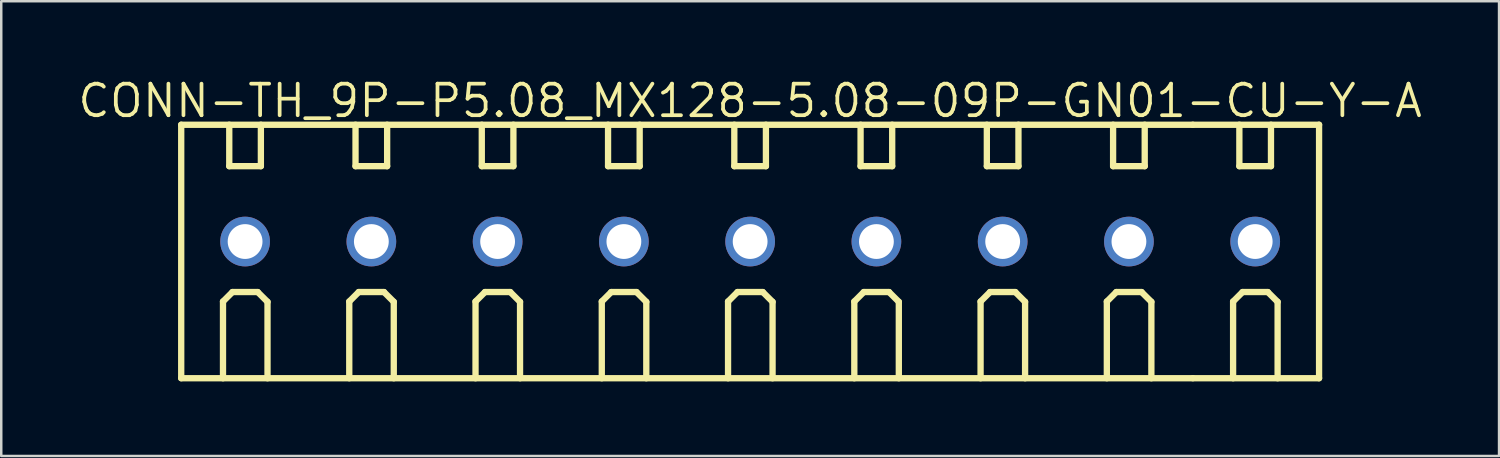
<source format=kicad_pcb>
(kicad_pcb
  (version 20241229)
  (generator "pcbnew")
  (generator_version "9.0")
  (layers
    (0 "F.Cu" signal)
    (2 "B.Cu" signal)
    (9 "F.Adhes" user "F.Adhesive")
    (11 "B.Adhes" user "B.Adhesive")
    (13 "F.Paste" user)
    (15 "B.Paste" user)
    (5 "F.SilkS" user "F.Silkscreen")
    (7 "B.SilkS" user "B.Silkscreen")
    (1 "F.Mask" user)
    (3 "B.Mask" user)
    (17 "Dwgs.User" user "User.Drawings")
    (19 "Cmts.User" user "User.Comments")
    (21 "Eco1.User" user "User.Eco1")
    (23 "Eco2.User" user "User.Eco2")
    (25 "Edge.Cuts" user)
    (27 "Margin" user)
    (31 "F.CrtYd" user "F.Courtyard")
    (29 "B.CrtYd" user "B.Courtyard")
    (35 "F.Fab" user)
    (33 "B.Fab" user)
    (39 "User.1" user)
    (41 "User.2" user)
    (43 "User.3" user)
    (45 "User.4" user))
  (footprint "CONN-TH_9P-P5.08_MX128-5.08-09P-GN01-CU-Y-A"
    (layer "F.Cu")
    (at 27.131 6.668)
    (property "Reference" "CONN-TH_9P-P5.08_MX128-5.08-09P-GN01-CU-Y-A" (at -0.0003 -5.662 0) (layer "F.SilkS") (effects (font (size 1.27 1.27) (thickness 0.15))))
    (fp_line (start -22.89 -4.699) (end -22.89 5.499) (stroke (width 0.254) (type default)) (layer "F.SilkS"))
    (fp_line (start -22.89 5.499) (end 17.811 5.499) (stroke (width 0.254) (type default)) (layer "F.SilkS"))
    (fp_line (start -21.209 2.413) (end -21.209 5.5) (stroke (width 0.254) (type default)) (layer "F.SilkS"))
    (fp_line (start -21.209 2.413) (end -20.828 2.032) (stroke (width 0.254) (type default)) (layer "F.SilkS"))
    (fp_line (start -20.957 -3.032) (end -20.957 -4.7) (stroke (width 0.254) (type default)) (layer "F.SilkS"))
    (fp_line (start -20.957 -3.032) (end -19.685 -3.032) (stroke (width 0.254) (type default)) (layer "F.SilkS"))
    (fp_line (start -20.828 2.032) (end -19.812 2.032) (stroke (width 0.254) (type default)) (layer "F.SilkS"))
    (fp_line (start -19.812 2.032) (end -19.418 2.426) (stroke (width 0.254) (type default)) (layer "F.SilkS"))
    (fp_line (start -19.685 -3.032) (end -19.685 -4.7) (stroke (width 0.254) (type default)) (layer "F.SilkS"))
    (fp_line (start -19.418 2.426) (end -19.418 5.5) (stroke (width 0.254) (type default)) (layer "F.SilkS"))
    (fp_line (start -16.129 2.413) (end -16.129 5.5) (stroke (width 0.254) (type default)) (layer "F.SilkS"))
    (fp_line (start -16.129 2.413) (end -15.748 2.032) (stroke (width 0.254) (type default)) (layer "F.SilkS"))
    (fp_line (start -15.877 -3.032) (end -15.877 -4.7) (stroke (width 0.254) (type default)) (layer "F.SilkS"))
    (fp_line (start -15.877 -3.032) (end -14.605 -3.032) (stroke (width 0.254) (type default)) (layer "F.SilkS"))
    (fp_line (start -15.748 2.032) (end -14.732 2.032) (stroke (width 0.254) (type default)) (layer "F.SilkS"))
    (fp_line (start -14.732 2.032) (end -14.338 2.426) (stroke (width 0.254) (type default)) (layer "F.SilkS"))
    (fp_line (start -14.605 -3.032) (end -14.605 -4.7) (stroke (width 0.254) (type default)) (layer "F.SilkS"))
    (fp_line (start -14.338 2.426) (end -14.338 5.5) (stroke (width 0.254) (type default)) (layer "F.SilkS"))
    (fp_line (start -11.049 2.413) (end -11.049 5.5) (stroke (width 0.254) (type default)) (layer "F.SilkS"))
    (fp_line (start -11.049 2.413) (end -10.668 2.032) (stroke (width 0.254) (type default)) (layer "F.SilkS"))
    (fp_line (start -10.797 -3.032) (end -10.797 -4.7) (stroke (width 0.254) (type default)) (layer "F.SilkS"))
    (fp_line (start -10.797 -3.032) (end -9.525 -3.032) (stroke (width 0.254) (type default)) (layer "F.SilkS"))
    (fp_line (start -10.668 2.032) (end -9.652 2.032) (stroke (width 0.254) (type default)) (layer "F.SilkS"))
    (fp_line (start -9.652 2.032) (end -9.258 2.426) (stroke (width 0.254) (type default)) (layer "F.SilkS"))
    (fp_line (start -9.525 -3.032) (end -9.525 -4.7) (stroke (width 0.254) (type default)) (layer "F.SilkS"))
    (fp_line (start -9.258 2.426) (end -9.258 5.5) (stroke (width 0.254) (type default)) (layer "F.SilkS"))
    (fp_line (start -5.969 2.413) (end -5.969 5.5) (stroke (width 0.254) (type default)) (layer "F.SilkS"))
    (fp_line (start -5.969 2.413) (end -5.588 2.032) (stroke (width 0.254) (type default)) (layer "F.SilkS"))
    (fp_line (start -5.717 -3.032) (end -5.717 -4.7) (stroke (width 0.254) (type default)) (layer "F.SilkS"))
    (fp_line (start -5.717 -3.032) (end -4.445 -3.032) (stroke (width 0.254) (type default)) (layer "F.SilkS"))
    (fp_line (start -5.588 2.032) (end -4.572 2.032) (stroke (width 0.254) (type default)) (layer "F.SilkS"))
    (fp_line (start -4.572 2.032) (end -4.178 2.427) (stroke (width 0.254) (type default)) (layer "F.SilkS"))
    (fp_line (start -4.445 -3.032) (end -4.445 -4.7) (stroke (width 0.254) (type default)) (layer "F.SilkS"))
    (fp_line (start -4.178 2.427) (end -4.178 5.5) (stroke (width 0.254) (type default)) (layer "F.SilkS"))
    (fp_line (start -0.889 2.413) (end -0.889 5.5) (stroke (width 0.254) (type default)) (layer "F.SilkS"))
    (fp_line (start -0.889 2.413) (end -0.508 2.032) (stroke (width 0.254) (type default)) (layer "F.SilkS"))
    (fp_line (start -0.637 -3.032) (end -0.637 -4.7) (stroke (width 0.254) (type default)) (layer "F.SilkS"))
    (fp_line (start -0.637 -3.032) (end 0.635 -3.032) (stroke (width 0.254) (type default)) (layer "F.SilkS"))
    (fp_line (start -0.508 2.032) (end 0.508 2.032) (stroke (width 0.254) (type default)) (layer "F.SilkS"))
    (fp_line (start 0.508 2.032) (end 0.902 2.426) (stroke (width 0.254) (type default)) (layer "F.SilkS"))
    (fp_line (start 0.635 -3.032) (end 0.635 -4.7) (stroke (width 0.254) (type default)) (layer "F.SilkS"))
    (fp_line (start 0.902 2.426) (end 0.902 5.5) (stroke (width 0.254) (type default)) (layer "F.SilkS"))
    (fp_line (start 4.191 2.413) (end 4.191 5.5) (stroke (width 0.254) (type default)) (layer "F.SilkS"))
    (fp_line (start 4.191 2.413) (end 4.572 2.032) (stroke (width 0.254) (type default)) (layer "F.SilkS"))
    (fp_line (start 4.443 -3.032) (end 4.443 -4.7) (stroke (width 0.254) (type default)) (layer "F.SilkS"))
    (fp_line (start 4.443 -3.032) (end 5.715 -3.032) (stroke (width 0.254) (type default)) (layer "F.SilkS"))
    (fp_line (start 4.572 2.032) (end 5.588 2.032) (stroke (width 0.254) (type default)) (layer "F.SilkS"))
    (fp_line (start 5.588 2.032) (end 5.982 2.426) (stroke (width 0.254) (type default)) (layer "F.SilkS"))
    (fp_line (start 5.715 -3.032) (end 5.715 -4.7) (stroke (width 0.254) (type default)) (layer "F.SilkS"))
    (fp_line (start 5.982 2.426) (end 5.982 5.5) (stroke (width 0.254) (type default)) (layer "F.SilkS"))
    (fp_line (start 9.271 2.413) (end 9.271 5.5) (stroke (width 0.254) (type default)) (layer "F.SilkS"))
    (fp_line (start 9.271 2.413) (end 9.652 2.032) (stroke (width 0.254) (type default)) (layer "F.SilkS"))
    (fp_line (start 9.523 -3.032) (end 9.523 -4.7) (stroke (width 0.254) (type default)) (layer "F.SilkS"))
    (fp_line (start 9.523 -3.032) (end 10.795 -3.032) (stroke (width 0.254) (type default)) (layer "F.SilkS"))
    (fp_line (start 9.652 2.032) (end 10.668 2.032) (stroke (width 0.254) (type default)) (layer "F.SilkS"))
    (fp_line (start 10.668 2.032) (end 11.062 2.426) (stroke (width 0.254) (type default)) (layer "F.SilkS"))
    (fp_line (start 10.795 -3.032) (end 10.795 -4.7) (stroke (width 0.254) (type default)) (layer "F.SilkS"))
    (fp_line (start 11.062 2.426) (end 11.062 5.5) (stroke (width 0.254) (type default)) (layer "F.SilkS"))
    (fp_line (start 14.351 2.413) (end 14.351 5.5) (stroke (width 0.254) (type default)) (layer "F.SilkS"))
    (fp_line (start 14.351 2.413) (end 14.732 2.032) (stroke (width 0.254) (type default)) (layer "F.SilkS"))
    (fp_line (start 14.603 -3.032) (end 14.603 -4.7) (stroke (width 0.254) (type default)) (layer "F.SilkS"))
    (fp_line (start 14.603 -3.032) (end 15.875 -3.032) (stroke (width 0.254) (type default)) (layer "F.SilkS"))
    (fp_line (start 14.732 2.032) (end 15.748 2.032) (stroke (width 0.254) (type default)) (layer "F.SilkS"))
    (fp_line (start 15.748 2.032) (end 16.143 2.426) (stroke (width 0.254) (type default)) (layer "F.SilkS"))
    (fp_line (start 15.875 -3.032) (end 15.875 -4.7) (stroke (width 0.254) (type default)) (layer "F.SilkS"))
    (fp_line (start 16.143 2.426) (end 16.143 5.5) (stroke (width 0.254) (type default)) (layer "F.SilkS"))
    (fp_line (start 17.811 5.499) (end 22.89 5.499) (stroke (width 0.254) (type default)) (layer "F.SilkS"))
    (fp_line (start 17.811 -4.699) (end -22.89 -4.699) (stroke (width 0.254) (type default)) (layer "F.SilkS"))
    (fp_line (start 17.811 -4.699) (end 22.89 -4.699) (stroke (width 0.254) (type default)) (layer "F.SilkS"))
    (fp_line (start 19.431 2.413) (end 19.431 5.5) (stroke (width 0.254) (type default)) (layer "F.SilkS"))
    (fp_line (start 19.431 2.413) (end 19.812 2.032) (stroke (width 0.254) (type default)) (layer "F.SilkS"))
    (fp_line (start 19.683 -3.032) (end 19.683 -4.7) (stroke (width 0.254) (type default)) (layer "F.SilkS"))
    (fp_line (start 19.683 -3.032) (end 20.955 -3.032) (stroke (width 0.254) (type default)) (layer "F.SilkS"))
    (fp_line (start 19.812 2.032) (end 20.828 2.032) (stroke (width 0.254) (type default)) (layer "F.SilkS"))
    (fp_line (start 20.828 2.032) (end 21.222 2.426) (stroke (width 0.254) (type default)) (layer "F.SilkS"))
    (fp_line (start 20.955 -3.032) (end 20.955 -4.7) (stroke (width 0.254) (type default)) (layer "F.SilkS"))
    (fp_line (start 21.222 2.426) (end 21.222 5.5) (stroke (width 0.254) (type default)) (layer "F.SilkS"))
    (fp_line (start 22.89 5.5) (end 22.89 -4.7) (stroke (width 0.254) (type default)) (layer "F.SilkS"))
    (fp_circle (center -22.86 5.5) (end -22.83 5.5) (stroke (width 0.06) (type default)) (fill no) (layer "User.5"))
    (pad "1" thru_hole oval (at -20.32 0) (size 2 2) (drill 1.4) (layers "*.Cu" "*.Mask"))
    (pad "2" thru_hole oval (at -15.24 0) (size 2 2) (drill 1.4) (layers "*.Cu" "*.Mask"))
    (pad "3" thru_hole oval (at -10.16 0) (size 2 2) (drill 1.4) (layers "*.Cu" "*.Mask"))
    (pad "4" thru_hole oval (at -5.08 0) (size 2 2) (drill 1.4) (layers "*.Cu" "*.Mask"))
    (pad "5" thru_hole oval (at 0 0) (size 2 2) (drill 1.4) (layers "*.Cu" "*.Mask"))
    (pad "6" thru_hole oval (at 5.08 0) (size 2 2) (drill 1.4) (layers "*.Cu" "*.Mask"))
    (pad "7" thru_hole oval (at 10.16 0) (size 2 2) (drill 1.4) (layers "*.Cu" "*.Mask"))
    (pad "8" thru_hole oval (at 15.24 0) (size 2 2) (drill 1.4) (layers "*.Cu" "*.Mask"))
    (pad "9" thru_hole oval (at 20.32 0) (size 2 2) (drill 1.4) (layers "*.Cu" "*.Mask"))
    (zone (net_name "") (layer "F.SilkS") (hatch edge 0.5) (priority 100) (connect_pads yes) (min_thickness 0) (filled_areas_thickness no) (fill yes) (polygon (pts (xy 6.43 11.613) (xy 7.192 11.613) (xy 6.811 10.978))) (filled_polygon (layer "F.SilkS") (island) (pts (xy 6.43 11.613) (xy 7.192 11.613) (xy 6.811 10.978))))
    (zone (net_name "") (layer "F.SilkS") (hatch edge 0.5) (priority 100) (connect_pads yes) (min_thickness 0) (filled_areas_thickness no) (fill yes) (polygon (pts (xy 11.51 11.613) (xy 12.272 11.613) (xy 11.891 10.978))) (filled_polygon (layer "F.SilkS") (island) (pts (xy 11.51 11.613) (xy 12.272 11.613) (xy 11.891 10.978))))
    (zone (net_name "") (layer "F.SilkS") (hatch edge 0.5) (priority 100) (connect_pads yes) (min_thickness 0) (filled_areas_thickness no) (fill yes) (polygon (pts (xy 16.59 11.613) (xy 17.352 11.613) (xy 16.971 10.978))) (filled_polygon (layer "F.SilkS") (island) (pts (xy 16.59 11.613) (xy 17.352 11.613) (xy 16.971 10.978))))
    (zone (net_name "") (layer "F.SilkS") (hatch edge 0.5) (priority 100) (connect_pads yes) (min_thickness 0) (filled_areas_thickness no) (fill yes) (polygon (pts (xy 21.67 11.613) (xy 22.432 11.613) (xy 22.051 10.978))) (filled_polygon (layer "F.SilkS") (island) (pts (xy 21.67 11.613) (xy 22.432 11.613) (xy 22.051 10.978))))
    (zone (net_name "") (layer "F.SilkS") (hatch edge 0.5) (priority 100) (connect_pads yes) (min_thickness 0) (filled_areas_thickness no) (fill yes) (polygon (pts (xy 26.75 11.613) (xy 27.512 11.613) (xy 27.131 10.978))) (filled_polygon (layer "F.SilkS") (island) (pts (xy 26.75 11.613) (xy 27.512 11.613) (xy 27.131 10.978))))
    (zone (net_name "") (layer "F.SilkS") (hatch edge 0.5) (priority 100) (connect_pads yes) (min_thickness 0) (filled_areas_thickness no) (fill yes) (polygon (pts (xy 31.83 11.613) (xy 32.592 11.613) (xy 32.211 10.978))) (filled_polygon (layer "F.SilkS") (island) (pts (xy 31.83 11.613) (xy 32.592 11.613) (xy 32.211 10.978))))
    (zone (net_name "") (layer "F.SilkS") (hatch edge 0.5) (priority 100) (connect_pads yes) (min_thickness 0) (filled_areas_thickness no) (fill yes) (polygon (pts (xy 36.91 11.613) (xy 37.672 11.613) (xy 37.291 10.978))) (filled_polygon (layer "F.SilkS") (island) (pts (xy 36.91 11.613) (xy 37.672 11.613) (xy 37.291 10.978))))
    (zone (net_name "") (layer "F.SilkS") (hatch edge 0.5) (priority 100) (connect_pads yes) (min_thickness 0) (filled_areas_thickness no) (fill yes) (polygon (pts (xy 41.991 11.613) (xy 42.752 11.613) (xy 42.371 10.978))) (filled_polygon (layer "F.SilkS") (island) (pts (xy 41.991 11.613) (xy 42.752 11.613) (xy 42.371 10.978))))
    (zone (net_name "") (layer "F.SilkS") (hatch edge 0.5) (priority 100) (connect_pads yes) (min_thickness 0) (filled_areas_thickness no) (fill yes) (polygon (pts (xy 47.07 11.613) (xy 47.832 11.613) (xy 47.451 10.978))) (filled_polygon (layer "F.SilkS") (island) (pts (xy 47.07 11.613) (xy 47.832 11.613) (xy 47.451 10.978))))
    (zone (net_name "") (layer "F.SilkS") (hatch edge 0.5) (priority 100) (connect_pads yes) (min_thickness 0) (filled_areas_thickness no) (fill yes) (polygon (pts (xy 6.684 11.613) (xy 6.684 11.994) (xy 6.938 11.994) (xy 6.938 11.613))) (filled_polygon (layer "F.SilkS") (island) (pts (xy 6.684 11.613) (xy 6.684 11.994) (xy 6.938 11.994) (xy 6.938 11.613))))
    (zone (net_name "") (layer "F.SilkS") (hatch edge 0.5) (priority 100) (connect_pads yes) (min_thickness 0) (filled_areas_thickness no) (fill yes) (polygon (pts (xy 11.764 11.613) (xy 11.764 11.994) (xy 12.018 11.994) (xy 12.018 11.613))) (filled_polygon (layer "F.SilkS") (island) (pts (xy 11.764 11.613) (xy 11.764 11.994) (xy 12.018 11.994) (xy 12.018 11.613))))
    (zone (net_name "") (layer "F.SilkS") (hatch edge 0.5) (priority 100) (connect_pads yes) (min_thickness 0) (filled_areas_thickness no) (fill yes) (polygon (pts (xy 16.844 11.613) (xy 16.844 11.994) (xy 17.098 11.994) (xy 17.098 11.613))) (filled_polygon (layer "F.SilkS") (island) (pts (xy 16.844 11.613) (xy 16.844 11.994) (xy 17.098 11.994) (xy 17.098 11.613))))
    (zone (net_name "") (layer "F.SilkS") (hatch edge 0.5) (priority 100) (connect_pads yes) (min_thickness 0) (filled_areas_thickness no) (fill yes) (polygon (pts (xy 21.924 11.613) (xy 21.924 11.994) (xy 22.178 11.994) (xy 22.178 11.613))) (filled_polygon (layer "F.SilkS") (island) (pts (xy 21.924 11.613) (xy 21.924 11.994) (xy 22.178 11.994) (xy 22.178 11.613))))
    (zone (net_name "") (layer "F.SilkS") (hatch edge 0.5) (priority 100) (connect_pads yes) (min_thickness 0) (filled_areas_thickness no) (fill yes) (polygon (pts (xy 27.004 11.613) (xy 27.004 11.994) (xy 27.258 11.994) (xy 27.258 11.613))) (filled_polygon (layer "F.SilkS") (island) (pts (xy 27.004 11.613) (xy 27.004 11.994) (xy 27.258 11.994) (xy 27.258 11.613))))
    (zone (net_name "") (layer "F.SilkS") (hatch edge 0.5) (priority 100) (connect_pads yes) (min_thickness 0) (filled_areas_thickness no) (fill yes) (polygon (pts (xy 32.084 11.613) (xy 32.084 11.994) (xy 32.338 11.994) (xy 32.338 11.613))) (filled_polygon (layer "F.SilkS") (island) (pts (xy 32.084 11.613) (xy 32.084 11.994) (xy 32.338 11.994) (xy 32.338 11.613))))
    (zone (net_name "") (layer "F.SilkS") (hatch edge 0.5) (priority 100) (connect_pads yes) (min_thickness 0) (filled_areas_thickness no) (fill yes) (polygon (pts (xy 37.164 11.613) (xy 37.164 11.994) (xy 37.418 11.994) (xy 37.418 11.613))) (filled_polygon (layer "F.SilkS") (island) (pts (xy 37.164 11.613) (xy 37.164 11.994) (xy 37.418 11.994) (xy 37.418 11.613))))
    (zone (net_name "") (layer "F.SilkS") (hatch edge 0.5) (priority 100) (connect_pads yes) (min_thickness 0) (filled_areas_thickness no) (fill yes) (polygon (pts (xy 42.244 11.613) (xy 42.244 11.994) (xy 42.498 11.994) (xy 42.498 11.613))) (filled_polygon (layer "F.SilkS") (island) (pts (xy 42.244 11.613) (xy 42.244 11.994) (xy 42.498 11.994) (xy 42.498 11.613))))
    (zone (net_name "") (layer "F.SilkS") (hatch edge 0.5) (priority 100) (connect_pads yes) (min_thickness 0) (filled_areas_thickness no) (fill yes) (polygon (pts (xy 47.324 11.613) (xy 47.324 11.994) (xy 47.578 11.994) (xy 47.578 11.613))) (filled_polygon (layer "F.SilkS") (island) (pts (xy 47.324 11.613) (xy 47.324 11.994) (xy 47.578 11.994) (xy 47.578 11.613))))
    (zone (net_name "") (layer "Dwgs.User") (hatch edge 0.5) (priority 100) (connect_pads yes) (min_thickness 0) (filled_areas_thickness no) (fill yes) (polygon (pts (xy 6.43 11.613) (xy 7.192 11.613) (xy 6.811 10.978))) (filled_polygon (layer "Dwgs.User") (island) (pts (xy 6.43 11.613) (xy 7.192 11.613) (xy 6.811 10.978))))
    (zone (net_name "") (layer "Dwgs.User") (hatch edge 0.5) (priority 100) (connect_pads yes) (min_thickness 0) (filled_areas_thickness no) (fill yes) (polygon (pts (xy 11.51 11.613) (xy 12.272 11.613) (xy 11.891 10.978))) (filled_polygon (layer "Dwgs.User") (island) (pts (xy 11.51 11.613) (xy 12.272 11.613) (xy 11.891 10.978))))
    (zone (net_name "") (layer "Dwgs.User") (hatch edge 0.5) (priority 100) (connect_pads yes) (min_thickness 0) (filled_areas_thickness no) (fill yes) (polygon (pts (xy 16.59 11.613) (xy 17.352 11.613) (xy 16.971 10.978))) (filled_polygon (layer "Dwgs.User") (island) (pts (xy 16.59 11.613) (xy 17.352 11.613) (xy 16.971 10.978))))
    (zone (net_name "") (layer "Dwgs.User") (hatch edge 0.5) (priority 100) (connect_pads yes) (min_thickness 0) (filled_areas_thickness no) (fill yes) (polygon (pts (xy 21.67 11.613) (xy 22.432 11.613) (xy 22.051 10.978))) (filled_polygon (layer "Dwgs.User") (island) (pts (xy 21.67 11.613) (xy 22.432 11.613) (xy 22.051 10.978))))
    (zone (net_name "") (layer "Dwgs.User") (hatch edge 0.5) (priority 100) (connect_pads yes) (min_thickness 0) (filled_areas_thickness no) (fill yes) (polygon (pts (xy 26.75 11.613) (xy 27.512 11.613) (xy 27.131 10.978))) (filled_polygon (layer "Dwgs.User") (island) (pts (xy 26.75 11.613) (xy 27.512 11.613) (xy 27.131 10.978))))
    (zone (net_name "") (layer "Dwgs.User") (hatch edge 0.5) (priority 100) (connect_pads yes) (min_thickness 0) (filled_areas_thickness no) (fill yes) (polygon (pts (xy 31.83 11.613) (xy 32.592 11.613) (xy 32.211 10.978))) (filled_polygon (layer "Dwgs.User") (island) (pts (xy 31.83 11.613) (xy 32.592 11.613) (xy 32.211 10.978))))
    (zone (net_name "") (layer "Dwgs.User") (hatch edge 0.5) (priority 100) (connect_pads yes) (min_thickness 0) (filled_areas_thickness no) (fill yes) (polygon (pts (xy 36.91 11.613) (xy 37.672 11.613) (xy 37.291 10.978))) (filled_polygon (layer "Dwgs.User") (island) (pts (xy 36.91 11.613) (xy 37.672 11.613) (xy 37.291 10.978))))
    (zone (net_name "") (layer "Dwgs.User") (hatch edge 0.5) (priority 100) (connect_pads yes) (min_thickness 0) (filled_areas_thickness no) (fill yes) (polygon (pts (xy 41.99 11.613) (xy 42.752 11.613) (xy 42.371 10.978))) (filled_polygon (layer "Dwgs.User") (island) (pts (xy 41.99 11.613) (xy 42.752 11.613) (xy 42.371 10.978))))
    (zone (net_name "") (layer "Dwgs.User") (hatch edge 0.5) (priority 100) (connect_pads yes) (min_thickness 0) (filled_areas_thickness no) (fill yes) (polygon (pts (xy 47.07 11.613) (xy 47.832 11.613) (xy 47.451 10.978))) (filled_polygon (layer "Dwgs.User") (island) (pts (xy 47.07 11.613) (xy 47.832 11.613) (xy 47.451 10.978))))
    (zone (net_name "") (layer "Dwgs.User") (hatch edge 0.5) (priority 100) (connect_pads yes) (min_thickness 0) (filled_areas_thickness no) (fill yes) (polygon (pts (xy 6.684 11.613) (xy 6.684 11.994) (xy 6.938 11.994) (xy 6.938 11.613))) (filled_polygon (layer "Dwgs.User") (island) (pts (xy 6.684 11.613) (xy 6.684 11.994) (xy 6.938 11.994) (xy 6.938 11.613))))
    (zone (net_name "") (layer "Dwgs.User") (hatch edge 0.5) (priority 100) (connect_pads yes) (min_thickness 0) (filled_areas_thickness no) (fill yes) (polygon (pts (xy 11.764 11.613) (xy 11.764 11.994) (xy 12.018 11.994) (xy 12.018 11.613))) (filled_polygon (layer "Dwgs.User") (island) (pts (xy 11.764 11.613) (xy 11.764 11.994) (xy 12.018 11.994) (xy 12.018 11.613))))
    (zone (net_name "") (layer "Dwgs.User") (hatch edge 0.5) (priority 100) (connect_pads yes) (min_thickness 0) (filled_areas_thickness no) (fill yes) (polygon (pts (xy 16.844 11.613) (xy 16.844 11.994) (xy 17.098 11.994) (xy 17.098 11.613))) (filled_polygon (layer "Dwgs.User") (island) (pts (xy 16.844 11.613) (xy 16.844 11.994) (xy 17.098 11.994) (xy 17.098 11.613))))
    (zone (net_name "") (layer "Dwgs.User") (hatch edge 0.5) (priority 100) (connect_pads yes) (min_thickness 0) (filled_areas_thickness no) (fill yes) (polygon (pts (xy 21.924 11.613) (xy 21.924 11.994) (xy 22.178 11.994) (xy 22.178 11.613))) (filled_polygon (layer "Dwgs.User") (island) (pts (xy 21.924 11.613) (xy 21.924 11.994) (xy 22.178 11.994) (xy 22.178 11.613))))
    (zone (net_name "") (layer "Dwgs.User") (hatch edge 0.5) (priority 100) (connect_pads yes) (min_thickness 0) (filled_areas_thickness no) (fill yes) (polygon (pts (xy 27.004 11.613) (xy 27.004 11.994) (xy 27.258 11.994) (xy 27.258 11.613))) (filled_polygon (layer "Dwgs.User") (island) (pts (xy 27.004 11.613) (xy 27.004 11.994) (xy 27.258 11.994) (xy 27.258 11.613))))
    (zone (net_name "") (layer "Dwgs.User") (hatch edge 0.5) (priority 100) (connect_pads yes) (min_thickness 0) (filled_areas_thickness no) (fill yes) (polygon (pts (xy 32.084 11.613) (xy 32.084 11.994) (xy 32.338 11.994) (xy 32.338 11.613))) (filled_polygon (layer "Dwgs.User") (island) (pts (xy 32.084 11.613) (xy 32.084 11.994) (xy 32.338 11.994) (xy 32.338 11.613))))
    (zone (net_name "") (layer "Dwgs.User") (hatch edge 0.5) (priority 100) (connect_pads yes) (min_thickness 0) (filled_areas_thickness no) (fill yes) (polygon (pts (xy 37.164 11.613) (xy 37.164 11.994) (xy 37.418 11.994) (xy 37.418 11.613))) (filled_polygon (layer "Dwgs.User") (island) (pts (xy 37.164 11.613) (xy 37.164 11.994) (xy 37.418 11.994) (xy 37.418 11.613))))
    (zone (net_name "") (layer "Dwgs.User") (hatch edge 0.5) (priority 100) (connect_pads yes) (min_thickness 0) (filled_areas_thickness no) (fill yes) (polygon (pts (xy 42.244 11.613) (xy 42.244 11.994) (xy 42.498 11.994) (xy 42.498 11.613))) (filled_polygon (layer "Dwgs.User") (island) (pts (xy 42.244 11.613) (xy 42.244 11.994) (xy 42.498 11.994) (xy 42.498 11.613))))
    (zone (net_name "") (layer "Dwgs.User") (hatch edge 0.5) (priority 100) (connect_pads yes) (min_thickness 0) (filled_areas_thickness no) (fill yes) (polygon (pts (xy 47.324 11.613) (xy 47.324 11.994) (xy 47.578 11.994) (xy 47.578 11.613))) (filled_polygon (layer "Dwgs.User") (island) (pts (xy 47.324 11.613) (xy 47.324 11.994) (xy 47.578 11.994) (xy 47.578 11.613))))
    (zone (net_name "") (layer "Dwgs.User") (hatch edge 0.5) (priority 100) (connect_pads yes) (min_thickness 0) (filled_areas_thickness no) (fill yes) (polygon (pts (arc (start 6.049458 12.1683) (mid 5.922458 12.2953) (end 5.795458 12.1683)) (arc (start 5.795458 9.0814) (mid 5.805125 9.032799) (end 5.832658 8.9916)) (arc (start 6.213558 8.6106) (mid 6.254805 8.583052) (end 6.303458 8.5734)) (arc (start 7.319458 8.5734) (mid 7.368059 8.583067) (end 7.409258 8.6106)) (arc (start 7.803458 9.0049) (mid 7.830987 9.046101) (end 7.840658 9.0947)) (arc (start 7.840658 12.1683) (mid 7.713658 12.2953) (end 7.586658 12.1683)) (xy 7.587 9.147) (xy 7.267 8.827) (xy 6.356 8.827) (xy 6.049 9.134))) (filled_polygon (layer "Dwgs.User") (island) (pts (arc (start 6.049458 12.1683) (mid 5.922458 12.2953) (end 5.795458 12.1683)) (arc (start 5.795458 9.0814) (mid 5.805125 9.032799) (end 5.832658 8.9916)) (arc (start 6.213558 8.6106) (mid 6.254805 8.583052) (end 6.303458 8.5734)) (arc (start 7.319458 8.5734) (mid 7.368059 8.583067) (end 7.409258 8.6106)) (arc (start 7.803458 9.0049) (mid 7.830987 9.046101) (end 7.840658 9.0947)) (arc (start 7.840658 12.1683) (mid 7.713658 12.2953) (end 7.586658 12.1683)) (xy 7.587 9.147) (xy 7.267 8.827) (xy 6.356 8.827) (xy 6.049 9.134))))
    (zone (net_name "") (layer "Dwgs.User") (hatch edge 0.5) (priority 100) (connect_pads yes) (min_thickness 0) (filled_areas_thickness no) (fill yes) (polygon (pts (arc (start 11.129458 12.1683) (mid 11.002458 12.2953) (end 10.875458 12.1683)) (arc (start 10.875458 9.0814) (mid 10.885125 9.032799) (end 10.912658 8.9916)) (arc (start 11.293658 8.6106) (mid 11.334859 8.583071) (end 11.383458 8.5734)) (arc (start 12.399458 8.5734) (mid 12.448059 8.583067) (end 12.489258 8.6106)) (arc (start 12.883458 9.0049) (mid 12.910987 9.046101) (end 12.920658 9.0947)) (arc (start 12.920658 12.1683) (mid 12.793658 12.2953) (end 12.666658 12.1683)) (xy 12.667 9.147) (xy 12.347 8.827) (xy 11.436 8.827) (xy 11.129 9.134))) (filled_polygon (layer "Dwgs.User") (island) (pts (arc (start 11.129458 12.1683) (mid 11.002458 12.2953) (end 10.875458 12.1683)) (arc (start 10.875458 9.0814) (mid 10.885125 9.032799) (end 10.912658 8.9916)) (arc (start 11.293658 8.6106) (mid 11.334859 8.583071) (end 11.383458 8.5734)) (arc (start 12.399458 8.5734) (mid 12.448059 8.583067) (end 12.489258 8.6106)) (arc (start 12.883458 9.0049) (mid 12.910987 9.046101) (end 12.920658 9.0947)) (arc (start 12.920658 12.1683) (mid 12.793658 12.2953) (end 12.666658 12.1683)) (xy 12.667 9.147) (xy 12.347 8.827) (xy 11.436 8.827) (xy 11.129 9.134))))
    (zone (net_name "") (layer "Dwgs.User") (hatch edge 0.5) (priority 100) (connect_pads yes) (min_thickness 0) (filled_areas_thickness no) (fill yes) (polygon (pts (arc (start 16.209458 12.1682) (mid 16.082458 12.2952) (end 15.955458 12.1682)) (arc (start 15.955458 9.0813) (mid 15.965125 9.032699) (end 15.992658 8.9915)) (arc (start 16.373558 8.6105) (mid 16.414759 8.582971) (end 16.463358 8.5733)) (arc (start 17.479358 8.5733) (mid 17.527959 8.582967) (end 17.569158 8.6105)) (arc (start 17.963458 9.0048) (mid 17.990966 9.046006) (end 18.000558 9.0946)) (arc (start 18.000558 12.1682) (mid 17.873558 12.2952) (end 17.746558 12.1682)) (xy 17.747 9.147) (xy 17.427 8.827) (xy 16.516 8.827) (xy 16.209 9.134))) (filled_polygon (layer "Dwgs.User") (island) (pts (arc (start 16.209458 12.1682) (mid 16.082458 12.2952) (end 15.955458 12.1682)) (arc (start 15.955458 9.0813) (mid 15.965125 9.032699) (end 15.992658 8.9915)) (arc (start 16.373558 8.6105) (mid 16.414759 8.582971) (end 16.463358 8.5733)) (arc (start 17.479358 8.5733) (mid 17.527959 8.582967) (end 17.569158 8.6105)) (arc (start 17.963458 9.0048) (mid 17.990966 9.046006) (end 18.000558 9.0946)) (arc (start 18.000558 12.1682) (mid 17.873558 12.2952) (end 17.746558 12.1682)) (xy 17.747 9.147) (xy 17.427 8.827) (xy 16.516 8.827) (xy 16.209 9.134))))
    (zone (net_name "") (layer "Dwgs.User") (hatch edge 0.5) (priority 100) (connect_pads yes) (min_thickness 0) (filled_areas_thickness no) (fill yes) (polygon (pts (arc (start 21.289458 12.1682) (mid 21.162458 12.2952) (end 21.035458 12.1682)) (arc (start 21.035458 9.0813) (mid 21.045112 9.032732) (end 21.072558 8.9915)) (arc (start 21.453458 8.6105) (mid 21.494653 8.582938) (end 21.543258 8.5733)) (arc (start 22.559258 8.5733) (mid 22.607913 8.582948) (end 22.649158 8.6105)) (arc (start 23.043358 9.0048) (mid 23.07092 9.045995) (end 23.080558 9.0946)) (arc (start 23.080558 12.1682) (mid 22.953558 12.2952) (end 22.826558 12.1682)) (xy 22.827 9.147) (xy 22.507 8.827) (xy 21.596 8.827) (xy 21.289 9.134))) (filled_polygon (layer "Dwgs.User") (island) (pts (arc (start 21.289458 12.1682) (mid 21.162458 12.2952) (end 21.035458 12.1682)) (arc (start 21.035458 9.0813) (mid 21.045112 9.032732) (end 21.072558 8.9915)) (arc (start 21.453458 8.6105) (mid 21.494653 8.582938) (end 21.543258 8.5733)) (arc (start 22.559258 8.5733) (mid 22.607913 8.582948) (end 22.649158 8.6105)) (arc (start 23.043358 9.0048) (mid 23.07092 9.045995) (end 23.080558 9.0946)) (arc (start 23.080558 12.1682) (mid 22.953558 12.2952) (end 22.826558 12.1682)) (xy 22.827 9.147) (xy 22.507 8.827) (xy 21.596 8.827) (xy 21.289 9.134))))
    (zone (net_name "") (layer "Dwgs.User") (hatch edge 0.5) (priority 100) (connect_pads yes) (min_thickness 0) (filled_areas_thickness no) (fill yes) (polygon (pts (arc (start 26.369358 12.1683) (mid 26.242358 12.2953) (end 26.115358 12.1683)) (arc (start 26.115358 9.0813) (mid 26.125044 9.032753) (end 26.152558 8.9916)) (arc (start 26.533458 8.6106) (mid 26.574647 8.583017) (end 26.623258 8.5733)) (arc (start 27.639258 8.5733) (mid 27.687891 8.582981) (end 27.729058 8.6106)) (arc (start 28.123358 9.0049) (mid 28.150868 9.046054) (end 28.160558 9.0946)) (arc (start 28.160558 12.1683) (mid 28.033558 12.2953) (end 27.906558 12.1683)) (xy 27.907 9.147) (xy 27.587 8.827) (xy 26.676 8.827) (xy 26.369 9.134))) (filled_polygon (layer "Dwgs.User") (island) (pts (arc (start 26.369358 12.1683) (mid 26.242358 12.2953) (end 26.115358 12.1683)) (arc (start 26.115358 9.0813) (mid 26.125044 9.032753) (end 26.152558 8.9916)) (arc (start 26.533458 8.6106) (mid 26.574647 8.583017) (end 26.623258 8.5733)) (arc (start 27.639258 8.5733) (mid 27.687891 8.582981) (end 27.729058 8.6106)) (arc (start 28.123358 9.0049) (mid 28.150868 9.046054) (end 28.160558 9.0946)) (arc (start 28.160558 12.1683) (mid 28.033558 12.2953) (end 27.906558 12.1683)) (xy 27.907 9.147) (xy 27.587 8.827) (xy 26.676 8.827) (xy 26.369 9.134))))
    (zone (net_name "") (layer "Dwgs.User") (hatch edge 0.5) (priority 100) (connect_pads yes) (min_thickness 0) (filled_areas_thickness no) (fill yes) (polygon (pts (arc (start 31.449358 12.1682) (mid 31.322358 12.2952) (end 31.195358 12.1682)) (arc (start 31.195358 9.0814) (mid 31.205025 9.032799) (end 31.232558 8.9916)) (arc (start 31.613558 8.6106) (mid 31.654759 8.583071) (end 31.703358 8.5734)) (arc (start 32.719358 8.5734) (mid 32.767959 8.583067) (end 32.809158 8.6106)) (arc (start 33.203358 9.0049) (mid 33.230887 9.046101) (end 33.240558 9.0947)) (arc (start 33.240558 12.1682) (mid 33.113558 12.2952) (end 32.986558 12.1682)) (xy 32.987 9.147) (xy 32.667 8.827) (xy 31.756 8.827) (xy 31.449 9.134))) (filled_polygon (layer "Dwgs.User") (island) (pts (arc (start 31.449358 12.1682) (mid 31.322358 12.2952) (end 31.195358 12.1682)) (arc (start 31.195358 9.0814) (mid 31.205025 9.032799) (end 31.232558 8.9916)) (arc (start 31.613558 8.6106) (mid 31.654759 8.583071) (end 31.703358 8.5734)) (arc (start 32.719358 8.5734) (mid 32.767959 8.583067) (end 32.809158 8.6106)) (arc (start 33.203358 9.0049) (mid 33.230887 9.046101) (end 33.240558 9.0947)) (arc (start 33.240558 12.1682) (mid 33.113558 12.2952) (end 32.986558 12.1682)) (xy 32.987 9.147) (xy 32.667 8.827) (xy 31.756 8.827) (xy 31.449 9.134))))
    (zone (net_name "") (layer "Dwgs.User") (hatch edge 0.5) (priority 100) (connect_pads yes) (min_thickness 0) (filled_areas_thickness no) (fill yes) (polygon (pts (arc (start 36.529358 12.1683) (mid 36.402358 12.2953) (end 36.275358 12.1683)) (arc (start 36.275358 9.0814) (mid 36.285025 9.032799) (end 36.312558 8.9916)) (arc (start 36.693458 8.6106) (mid 36.734699 8.583019) (end 36.783358 8.5734)) (arc (start 37.799358 8.5734) (mid 37.847905 8.583086) (end 37.889058 8.6106)) (arc (start 38.283358 9.0049) (mid 38.310847 9.04606) (end 38.320458 9.0946)) (arc (start 38.320458 12.1683) (mid 38.193458 12.2953) (end 38.066458 12.1683)) (xy 38.066 9.147) (xy 37.747 8.827) (xy 36.836 8.827) (xy 36.529 9.134))) (filled_polygon (layer "Dwgs.User") (island) (pts (arc (start 36.529358 12.1683) (mid 36.402358 12.2953) (end 36.275358 12.1683)) (arc (start 36.275358 9.0814) (mid 36.285025 9.032799) (end 36.312558 8.9916)) (arc (start 36.693458 8.6106) (mid 36.734699 8.583019) (end 36.783358 8.5734)) (arc (start 37.799358 8.5734) (mid 37.847905 8.583086) (end 37.889058 8.6106)) (arc (start 38.283358 9.0049) (mid 38.310847 9.04606) (end 38.320458 9.0946)) (arc (start 38.320458 12.1683) (mid 38.193458 12.2953) (end 38.066458 12.1683)) (xy 38.066 9.147) (xy 37.747 8.827) (xy 36.836 8.827) (xy 36.529 9.134))))
    (zone (net_name "") (layer "Dwgs.User") (hatch edge 0.5) (priority 100) (connect_pads yes) (min_thickness 0) (filled_areas_thickness no) (fill yes) (polygon (pts (arc (start 41.609358 12.1682) (mid 41.482358 12.2952) (end 41.355358 12.1682)) (arc (start 41.355358 9.0813) (mid 41.365012 9.032732) (end 41.392458 8.9915)) (arc (start 41.773458 8.6105) (mid 41.814659 8.582971) (end 41.863258 8.5733)) (arc (start 42.879258 8.5733) (mid 42.927859 8.582967) (end 42.969058 8.6105)) (arc (start 43.363258 9.0048) (mid 43.390787 9.046001) (end 43.400458 9.0946)) (arc (start 43.400458 12.1682) (mid 43.273458 12.2952) (end 43.146458 12.1682)) (xy 43.146 9.147) (xy 42.827 8.827) (xy 41.916 8.827) (xy 41.609 9.134))) (filled_polygon (layer "Dwgs.User") (island) (pts (arc (start 41.609358 12.1682) (mid 41.482358 12.2952) (end 41.355358 12.1682)) (arc (start 41.355358 9.0813) (mid 41.365012 9.032732) (end 41.392458 8.9915)) (arc (start 41.773458 8.6105) (mid 41.814659 8.582971) (end 41.863258 8.5733)) (arc (start 42.879258 8.5733) (mid 42.927859 8.582967) (end 42.969058 8.6105)) (arc (start 43.363258 9.0048) (mid 43.390787 9.046001) (end 43.400458 9.0946)) (arc (start 43.400458 12.1682) (mid 43.273458 12.2952) (end 43.146458 12.1682)) (xy 43.146 9.147) (xy 42.827 8.827) (xy 41.916 8.827) (xy 41.609 9.134))))
    (zone (net_name "") (layer "Dwgs.User") (hatch edge 0.5) (priority 100) (connect_pads yes) (min_thickness 0) (filled_areas_thickness no) (fill yes) (polygon (pts (arc (start 46.689358 12.1683) (mid 46.562358 12.2953) (end 46.435358 12.1683)) (arc (start 46.435358 9.0814) (mid 46.445025 9.032799) (end 46.472558 8.9916)) (arc (start 46.853458 8.6106) (mid 46.894699 8.583019) (end 46.943358 8.5734)) (arc (start 47.959358 8.5734) (mid 48.007905 8.583086) (end 48.049058 8.6106)) (arc (start 48.443358 9.0049) (mid 48.470847 9.04606) (end 48.480458 9.0946)) (arc (start 48.480458 12.1683) (mid 48.353458 12.2953) (end 48.226458 12.1683)) (xy 48.226 9.147) (xy 47.907 8.827) (xy 46.996 8.827) (xy 46.689 9.134))) (filled_polygon (layer "Dwgs.User") (island) (pts (arc (start 46.689358 12.1683) (mid 46.562358 12.2953) (end 46.435358 12.1683)) (arc (start 46.435358 9.0814) (mid 46.445025 9.032799) (end 46.472558 8.9916)) (arc (start 46.853458 8.6106) (mid 46.894699 8.583019) (end 46.943358 8.5734)) (arc (start 47.959358 8.5734) (mid 48.007905 8.583086) (end 48.049058 8.6106)) (arc (start 48.443358 9.0049) (mid 48.470847 9.04606) (end 48.480458 9.0946)) (arc (start 48.480458 12.1683) (mid 48.353458 12.2953) (end 48.226458 12.1683)) (xy 48.226 9.147) (xy 47.907 8.827) (xy 46.996 8.827) (xy 46.689 9.134))))
    (zone (net_name "") (layer "User.3") (hatch edge 0.5) (priority 100) (connect_pads yes) (min_thickness 0) (filled_areas_thickness no) (fill yes) (polygon (pts (xy 4.271 12.168) (xy 4.271 1.968) (xy 49.991 1.968) (xy 49.991 12.168))) (filled_polygon (layer "User.3") (island) (pts (xy 4.271 12.168) (xy 4.271 1.968) (xy 49.991 1.968) (xy 49.991 12.168))))
    (zone (net_name "") (layer "User.4") (hatch edge 0.5) (priority 100) (connect_pads yes) (min_thickness 0) (filled_areas_thickness no) (fill yes) (polygon (pts (xy 6.361 6.268) (xy 7.261 6.268) (xy 7.261 7.068) (xy 6.361 7.068))) (filled_polygon (layer "User.4") (island) (pts (xy 6.361 6.268) (xy 7.261 6.268) (xy 7.261 7.068) (xy 6.361 7.068))))
    (zone (net_name "") (layer "User.4") (hatch edge 0.5) (priority 100) (connect_pads yes) (min_thickness 0) (filled_areas_thickness no) (fill yes) (polygon (pts (xy 11.441 6.268) (xy 12.341 6.268) (xy 12.341 7.068) (xy 11.441 7.068))) (filled_polygon (layer "User.4") (island) (pts (xy 11.441 6.268) (xy 12.341 6.268) (xy 12.341 7.068) (xy 11.441 7.068))))
    (zone (net_name "") (layer "User.4") (hatch edge 0.5) (priority 100) (connect_pads yes) (min_thickness 0) (filled_areas_thickness no) (fill yes) (polygon (pts (xy 16.521 6.268) (xy 17.421 6.268) (xy 17.421 7.068) (xy 16.521 7.068))) (filled_polygon (layer "User.4") (island) (pts (xy 16.521 6.268) (xy 17.421 6.268) (xy 17.421 7.068) (xy 16.521 7.068))))
    (zone (net_name "") (layer "User.4") (hatch edge 0.5) (priority 100) (connect_pads yes) (min_thickness 0) (filled_areas_thickness no) (fill yes) (polygon (pts (xy 21.601 6.268) (xy 22.501 6.268) (xy 22.501 7.068) (xy 21.601 7.068))) (filled_polygon (layer "User.4") (island) (pts (xy 21.601 6.268) (xy 22.501 6.268) (xy 22.501 7.068) (xy 21.601 7.068))))
    (zone (net_name "") (layer "User.4") (hatch edge 0.5) (priority 100) (connect_pads yes) (min_thickness 0) (filled_areas_thickness no) (fill yes) (polygon (pts (xy 26.681 6.268) (xy 27.581 6.268) (xy 27.581 7.068) (xy 26.681 7.068))) (filled_polygon (layer "User.4") (island) (pts (xy 26.681 6.268) (xy 27.581 6.268) (xy 27.581 7.068) (xy 26.681 7.068))))
    (zone (net_name "") (layer "User.4") (hatch edge 0.5) (priority 100) (connect_pads yes) (min_thickness 0) (filled_areas_thickness no) (fill yes) (polygon (pts (xy 31.761 6.268) (xy 32.661 6.268) (xy 32.661 7.068) (xy 31.761 7.068))) (filled_polygon (layer "User.4") (island) (pts (xy 31.761 6.268) (xy 32.661 6.268) (xy 32.661 7.068) (xy 31.761 7.068))))
    (zone (net_name "") (layer "User.4") (hatch edge 0.5) (priority 100) (connect_pads yes) (min_thickness 0) (filled_areas_thickness no) (fill yes) (polygon (pts (xy 36.841 6.268) (xy 37.741 6.268) (xy 37.741 7.068) (xy 36.841 7.068))) (filled_polygon (layer "User.4") (island) (pts (xy 36.841 6.268) (xy 37.741 6.268) (xy 37.741 7.068) (xy 36.841 7.068))))
    (zone (net_name "") (layer "User.4") (hatch edge 0.5) (priority 100) (connect_pads yes) (min_thickness 0) (filled_areas_thickness no) (fill yes) (polygon (pts (xy 41.921 6.268) (xy 42.821 6.268) (xy 42.821 7.068) (xy 41.921 7.068))) (filled_polygon (layer "User.4") (island) (pts (xy 41.921 6.268) (xy 42.821 6.268) (xy 42.821 7.068) (xy 41.921 7.068))))
    (zone (net_name "") (layer "User.4") (hatch edge 0.5) (priority 100) (connect_pads yes) (min_thickness 0) (filled_areas_thickness no) (fill yes) (polygon (pts (xy 47.001 6.268) (xy 47.901 6.268) (xy 47.901 7.068) (xy 47.001 7.068))) (filled_polygon (layer "User.4") (island) (pts (xy 47.001 6.268) (xy 47.901 6.268) (xy 47.901 7.068) (xy 47.001 7.068)))))
  (gr_rect
    (start -3 -3)
    (end 57.262 15.296)
    (stroke (width 0.1) (type default))
    (fill no)
    (layer "Edge.Cuts")))
</source>
